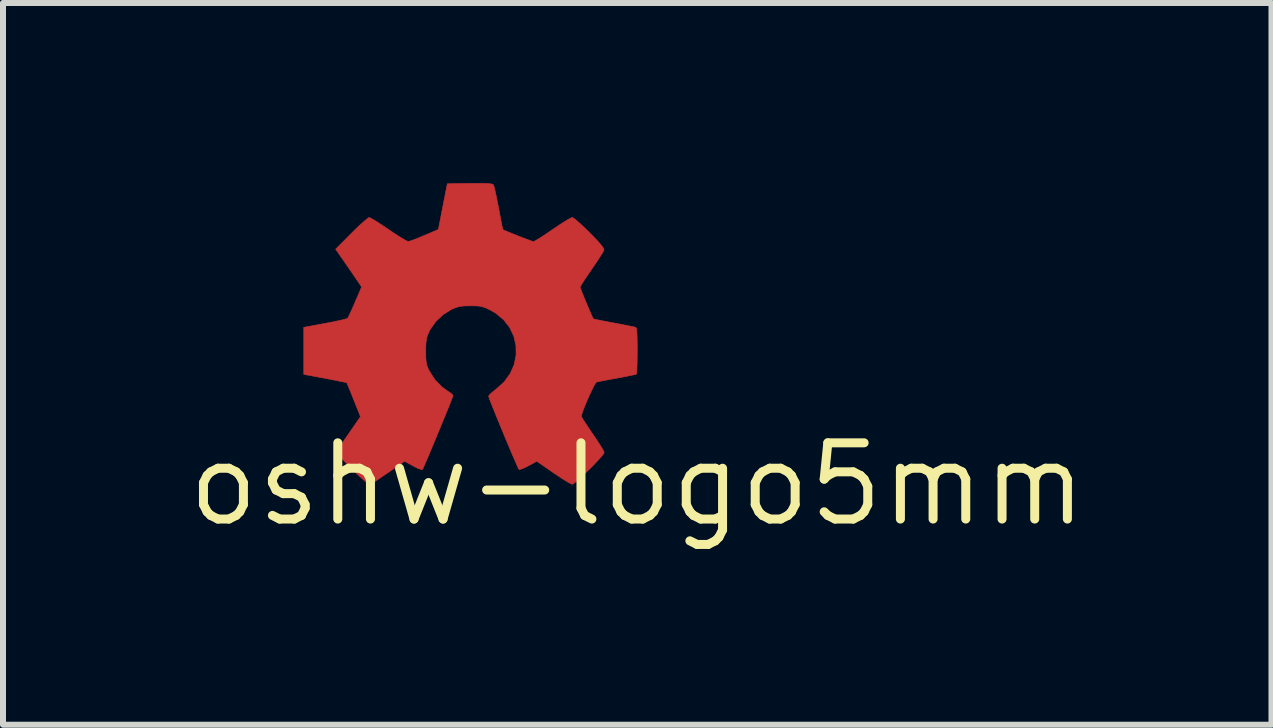
<source format=kicad_pcb>
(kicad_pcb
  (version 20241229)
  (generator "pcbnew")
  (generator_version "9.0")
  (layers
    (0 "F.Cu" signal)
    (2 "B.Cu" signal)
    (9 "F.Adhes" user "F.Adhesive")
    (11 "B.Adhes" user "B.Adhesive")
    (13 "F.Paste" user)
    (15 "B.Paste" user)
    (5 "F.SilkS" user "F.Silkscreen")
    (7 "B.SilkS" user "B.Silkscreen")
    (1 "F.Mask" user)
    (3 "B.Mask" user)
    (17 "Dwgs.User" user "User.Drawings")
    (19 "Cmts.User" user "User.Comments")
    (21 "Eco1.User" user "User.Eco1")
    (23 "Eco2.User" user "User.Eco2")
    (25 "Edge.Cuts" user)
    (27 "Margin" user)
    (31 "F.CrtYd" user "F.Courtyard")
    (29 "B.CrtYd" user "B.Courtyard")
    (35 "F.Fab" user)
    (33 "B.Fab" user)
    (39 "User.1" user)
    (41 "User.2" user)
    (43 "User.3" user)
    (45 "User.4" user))
  (footprint "oshw-logo5mm"
    (layer "F.Cu")
    (at 7.567 5.018)
    (property "Reference" "oshw-logo5mm" (at 0 0 0) (layer "F.SilkS") (effects (font (size 1.27 1.27) (thickness 0.15))))
    (attr through_hole)
    (fp_poly (pts (xy -2.541 -5.012) (xy -2.467 -5.008) (xy -2.422 -5.002) (xy -2.4 -4.992) (xy -2.398 -4.991) (xy -2.387 -4.962) (xy -2.371 -4.898) (xy -2.351 -4.808) (xy -2.329 -4.699) (xy -2.311 -4.606) (xy -2.289 -4.489) (xy -2.27 -4.387) (xy -2.254 -4.308) (xy -2.243 -4.258) (xy -2.239 -4.244) (xy -2.215 -4.231) (xy -2.16 -4.208) (xy -2.085 -4.177) (xy -1.999 -4.142) (xy -1.911 -4.108) (xy -1.831 -4.078) (xy -1.768 -4.055) (xy -1.732 -4.043) (xy -1.728 -4.043) (xy -1.703 -4.054) (xy -1.649 -4.086) (xy -1.573 -4.134) (xy -1.482 -4.195) (xy -1.41 -4.244) (xy -1.311 -4.311) (xy -1.222 -4.369) (xy -1.149 -4.413) (xy -1.1 -4.439) (xy -1.083 -4.445) (xy -1.057 -4.431) (xy -1.007 -4.391) (xy -0.939 -4.331) (xy -0.859 -4.255) (xy -0.796 -4.193) (xy -0.695 -4.09) (xy -0.623 -4.012) (xy -0.578 -3.956) (xy -0.557 -3.919) (xy -0.555 -3.902) (xy -0.57 -3.872) (xy -0.605 -3.814) (xy -0.656 -3.735) (xy -0.718 -3.643) (xy -0.759 -3.584) (xy -0.824 -3.488) (xy -0.881 -3.403) (xy -0.923 -3.337) (xy -0.948 -3.295) (xy -0.953 -3.284) (xy -0.945 -3.259) (xy -0.924 -3.205) (xy -0.893 -3.129) (xy -0.858 -3.043) (xy -0.82 -2.954) (xy -0.785 -2.872) (xy -0.756 -2.806) (xy -0.736 -2.765) (xy -0.731 -2.756) (xy -0.709 -2.75) (xy -0.653 -2.738) (xy -0.568 -2.721) (xy -0.464 -2.701) (xy -0.389 -2.687) (xy -0.273 -2.665) (xy -0.171 -2.645) (xy -0.091 -2.629) (xy -0.04 -2.618) (xy -0.026 -2.615) (xy -0.016 -2.599) (xy -0.009 -2.56) (xy -0.004 -2.491) (xy -0.001 -2.389) (xy -0.000018 -2.249) (xy 0 -2.224) (xy -0.001 -2.102) (xy -0.003 -1.995) (xy -0.007 -1.91) (xy -0.011 -1.854) (xy -0.016 -1.834) (xy -0.041 -1.827) (xy -0.101 -1.814) (xy -0.186 -1.797) (xy -0.29 -1.777) (xy -0.339 -1.768) (xy -0.45 -1.748) (xy -0.548 -1.729) (xy -0.625 -1.714) (xy -0.672 -1.704) (xy -0.681 -1.702) (xy -0.698 -1.68) (xy -0.728 -1.628) (xy -0.764 -1.554) (xy -0.805 -1.466) (xy -0.845 -1.373) (xy -0.882 -1.284) (xy -0.911 -1.208) (xy -0.928 -1.152) (xy -0.931 -1.132) (xy -0.92 -1.108) (xy -0.888 -1.056) (xy -0.84 -0.983) (xy -0.78 -0.893) (xy -0.741 -0.836) (xy -0.676 -0.74) (xy -0.62 -0.654) (xy -0.579 -0.586) (xy -0.555 -0.541) (xy -0.551 -0.529) (xy -0.565 -0.502) (xy -0.605 -0.453) (xy -0.664 -0.388) (xy -0.735 -0.313) (xy -0.814 -0.235) (xy -0.892 -0.159) (xy -0.965 -0.091) (xy -1.026 -0.039) (xy -1.069 -0.007) (xy -1.084 0) (xy -1.113 -0.012) (xy -1.169 -0.044) (xy -1.247 -0.092) (xy -1.338 -0.152) (xy -1.397 -0.192) (xy -1.674 -0.384) (xy -1.814 -0.307) (xy -1.884 -0.272) (xy -1.939 -0.251) (xy -1.97 -0.247) (xy -1.972 -0.249) (xy -1.984 -0.273) (xy -2.01 -0.33) (xy -2.047 -0.415) (xy -2.093 -0.521) (xy -2.144 -0.643) (xy -2.199 -0.774) (xy -2.255 -0.909) (xy -2.31 -1.042) (xy -2.361 -1.167) (xy -2.405 -1.278) (xy -2.441 -1.368) (xy -2.465 -1.433) (xy -2.476 -1.466) (xy -2.477 -1.468) (xy -2.46 -1.492) (xy -2.418 -1.532) (xy -2.358 -1.579) (xy -2.35 -1.585) (xy -2.216 -1.706) (xy -2.116 -1.845) (xy -2.05 -1.995) (xy -2.019 -2.152) (xy -2.021 -2.311) (xy -2.056 -2.465) (xy -2.124 -2.61) (xy -2.225 -2.74) (xy -2.357 -2.85) (xy -2.452 -2.905) (xy -2.525 -2.939) (xy -2.585 -2.959) (xy -2.648 -2.97) (xy -2.729 -2.973) (xy -2.783 -2.973) (xy -2.884 -2.971) (xy -2.957 -2.963) (xy -3.019 -2.946) (xy -3.085 -2.918) (xy -3.095 -2.914) (xy -3.236 -2.825) (xy -3.359 -2.709) (xy -3.452 -2.576) (xy -3.467 -2.545) (xy -3.495 -2.482) (xy -3.511 -2.424) (xy -3.52 -2.359) (xy -3.524 -2.272) (xy -3.524 -2.212) (xy -3.523 -2.11) (xy -3.517 -2.038) (xy -3.506 -1.982) (xy -3.486 -1.93) (xy -3.466 -1.89) (xy -3.37 -1.74) (xy -3.253 -1.621) (xy -3.173 -1.563) (xy -3.117 -1.524) (xy -3.08 -1.493) (xy -3.069 -1.478) (xy -3.077 -1.454) (xy -3.099 -1.397) (xy -3.132 -1.312) (xy -3.175 -1.206) (xy -3.225 -1.085) (xy -3.279 -0.953) (xy -3.335 -0.818) (xy -3.39 -0.685) (xy -3.443 -0.559) (xy -3.49 -0.447) (xy -3.53 -0.354) (xy -3.559 -0.287) (xy -3.576 -0.25) (xy -3.579 -0.246) (xy -3.604 -0.247) (xy -3.655 -0.265) (xy -3.722 -0.298) (xy -3.735 -0.306) (xy -3.876 -0.384) (xy -4.07 -0.251) (xy -4.159 -0.19) (xy -4.245 -0.131) (xy -4.315 -0.083) (xy -4.348 -0.059) (xy -4.404 -0.024) (xy -4.45 -0.003) (xy -4.464 0) (xy -4.49 -0.014) (xy -4.539 -0.054) (xy -4.607 -0.115) (xy -4.688 -0.191) (xy -4.76 -0.262) (xy -4.865 -0.369) (xy -4.939 -0.449) (xy -4.985 -0.506) (xy -5.005 -0.541) (xy -5.005 -0.553) (xy -4.987 -0.58) (xy -4.95 -0.635) (xy -4.898 -0.711) (xy -4.836 -0.801) (xy -4.799 -0.854) (xy -4.611 -1.126) (xy -4.722 -1.404) (xy -4.762 -1.505) (xy -4.797 -1.59) (xy -4.823 -1.653) (xy -4.837 -1.687) (xy -4.839 -1.69) (xy -4.861 -1.697) (xy -4.917 -1.709) (xy -5.002 -1.726) (xy -5.107 -1.747) (xy -5.201 -1.765) (xy -5.556 -1.831) (xy -5.556 -2.614) (xy -5.201 -2.68) (xy -5.083 -2.702) (xy -4.979 -2.724) (xy -4.897 -2.743) (xy -4.843 -2.757) (xy -4.826 -2.764) (xy -4.811 -2.79) (xy -4.784 -2.847) (xy -4.747 -2.927) (xy -4.706 -3.022) (xy -4.7 -3.036) (xy -4.592 -3.288) (xy -4.745 -3.512) (xy -4.81 -3.607) (xy -4.873 -3.698) (xy -4.926 -3.775) (xy -4.962 -3.826) (xy -5.025 -3.917) (xy -4.762 -4.181) (xy -4.675 -4.267) (xy -4.596 -4.341) (xy -4.531 -4.398) (xy -4.485 -4.435) (xy -4.466 -4.445) (xy -4.439 -4.433) (xy -4.383 -4.401) (xy -4.306 -4.353) (xy -4.214 -4.292) (xy -4.143 -4.244) (xy -4.044 -4.177) (xy -3.955 -4.12) (xy -3.882 -4.076) (xy -3.833 -4.05) (xy -3.815 -4.044) (xy -3.782 -4.053) (xy -3.719 -4.075) (xy -3.636 -4.108) (xy -3.545 -4.146) (xy -3.313 -4.245) (xy -3.266 -4.488) (xy -3.244 -4.601) (xy -3.222 -4.716) (xy -3.202 -4.815) (xy -3.192 -4.868) (xy -3.164 -5.006) (xy -2.792 -5.012) (xy -2.648 -5.013) (xy -2.541 -5.012)) (stroke (width 0.01) (type solid)) (fill yes) (layer "F.Cu"))
    (fp_poly (pts (xy -2.541 -5.012) (xy -2.467 -5.008) (xy -2.422 -5.002) (xy -2.4 -4.992) (xy -2.398 -4.991) (xy -2.387 -4.962) (xy -2.371 -4.898) (xy -2.351 -4.808) (xy -2.329 -4.699) (xy -2.311 -4.606) (xy -2.289 -4.489) (xy -2.27 -4.387) (xy -2.254 -4.308) (xy -2.243 -4.258) (xy -2.239 -4.244) (xy -2.215 -4.231) (xy -2.16 -4.208) (xy -2.085 -4.177) (xy -1.999 -4.142) (xy -1.911 -4.108) (xy -1.831 -4.078) (xy -1.768 -4.055) (xy -1.732 -4.043) (xy -1.728 -4.043) (xy -1.703 -4.054) (xy -1.649 -4.086) (xy -1.573 -4.134) (xy -1.482 -4.195) (xy -1.41 -4.244) (xy -1.311 -4.311) (xy -1.222 -4.369) (xy -1.149 -4.413) (xy -1.1 -4.439) (xy -1.083 -4.445) (xy -1.057 -4.431) (xy -1.007 -4.391) (xy -0.939 -4.331) (xy -0.859 -4.255) (xy -0.796 -4.193) (xy -0.695 -4.09) (xy -0.623 -4.012) (xy -0.578 -3.956) (xy -0.557 -3.919) (xy -0.555 -3.902) (xy -0.57 -3.872) (xy -0.605 -3.814) (xy -0.656 -3.735) (xy -0.718 -3.643) (xy -0.759 -3.584) (xy -0.824 -3.488) (xy -0.881 -3.403) (xy -0.923 -3.337) (xy -0.948 -3.295) (xy -0.953 -3.284) (xy -0.945 -3.259) (xy -0.924 -3.205) (xy -0.893 -3.129) (xy -0.858 -3.043) (xy -0.82 -2.954) (xy -0.785 -2.872) (xy -0.756 -2.806) (xy -0.736 -2.765) (xy -0.731 -2.756) (xy -0.709 -2.75) (xy -0.653 -2.738) (xy -0.568 -2.721) (xy -0.464 -2.701) (xy -0.389 -2.687) (xy -0.273 -2.665) (xy -0.171 -2.645) (xy -0.091 -2.629) (xy -0.04 -2.618) (xy -0.026 -2.615) (xy -0.016 -2.599) (xy -0.009 -2.56) (xy -0.004 -2.491) (xy -0.001 -2.389) (xy -0.000018 -2.249) (xy 0 -2.224) (xy -0.001 -2.102) (xy -0.003 -1.995) (xy -0.007 -1.91) (xy -0.011 -1.854) (xy -0.016 -1.834) (xy -0.041 -1.827) (xy -0.101 -1.814) (xy -0.186 -1.797) (xy -0.29 -1.777) (xy -0.339 -1.768) (xy -0.45 -1.748) (xy -0.548 -1.729) (xy -0.625 -1.714) (xy -0.672 -1.704) (xy -0.681 -1.702) (xy -0.698 -1.68) (xy -0.728 -1.628) (xy -0.764 -1.554) (xy -0.805 -1.466) (xy -0.845 -1.373) (xy -0.882 -1.284) (xy -0.911 -1.208) (xy -0.928 -1.152) (xy -0.931 -1.132) (xy -0.92 -1.108) (xy -0.888 -1.056) (xy -0.84 -0.983) (xy -0.78 -0.893) (xy -0.741 -0.836) (xy -0.676 -0.74) (xy -0.62 -0.654) (xy -0.579 -0.586) (xy -0.555 -0.541) (xy -0.551 -0.529) (xy -0.565 -0.502) (xy -0.605 -0.453) (xy -0.664 -0.388) (xy -0.735 -0.313) (xy -0.814 -0.235) (xy -0.892 -0.159) (xy -0.965 -0.091) (xy -1.026 -0.039) (xy -1.069 -0.007) (xy -1.084 0) (xy -1.113 -0.012) (xy -1.169 -0.044) (xy -1.247 -0.092) (xy -1.338 -0.152) (xy -1.397 -0.192) (xy -1.674 -0.384) (xy -1.814 -0.307) (xy -1.884 -0.272) (xy -1.939 -0.251) (xy -1.97 -0.247) (xy -1.972 -0.249) (xy -1.984 -0.273) (xy -2.01 -0.33) (xy -2.047 -0.415) (xy -2.093 -0.521) (xy -2.144 -0.643) (xy -2.199 -0.774) (xy -2.255 -0.909) (xy -2.31 -1.042) (xy -2.361 -1.167) (xy -2.405 -1.278) (xy -2.441 -1.368) (xy -2.465 -1.433) (xy -2.476 -1.466) (xy -2.477 -1.468) (xy -2.46 -1.492) (xy -2.418 -1.532) (xy -2.358 -1.579) (xy -2.35 -1.585) (xy -2.216 -1.706) (xy -2.116 -1.845) (xy -2.05 -1.995) (xy -2.019 -2.152) (xy -2.021 -2.311) (xy -2.056 -2.465) (xy -2.124 -2.61) (xy -2.225 -2.74) (xy -2.357 -2.85) (xy -2.452 -2.905) (xy -2.525 -2.939) (xy -2.585 -2.959) (xy -2.648 -2.97) (xy -2.729 -2.973) (xy -2.783 -2.973) (xy -2.884 -2.971) (xy -2.957 -2.963) (xy -3.019 -2.946) (xy -3.085 -2.918) (xy -3.095 -2.914) (xy -3.236 -2.825) (xy -3.359 -2.709) (xy -3.452 -2.576) (xy -3.467 -2.545) (xy -3.495 -2.482) (xy -3.511 -2.424) (xy -3.52 -2.359) (xy -3.524 -2.272) (xy -3.524 -2.212) (xy -3.523 -2.11) (xy -3.517 -2.038) (xy -3.506 -1.982) (xy -3.486 -1.93) (xy -3.466 -1.89) (xy -3.37 -1.74) (xy -3.253 -1.621) (xy -3.173 -1.563) (xy -3.117 -1.524) (xy -3.08 -1.493) (xy -3.069 -1.478) (xy -3.077 -1.454) (xy -3.099 -1.397) (xy -3.132 -1.312) (xy -3.175 -1.206) (xy -3.225 -1.085) (xy -3.279 -0.953) (xy -3.335 -0.818) (xy -3.39 -0.685) (xy -3.443 -0.559) (xy -3.49 -0.447) (xy -3.53 -0.354) (xy -3.559 -0.287) (xy -3.576 -0.25) (xy -3.579 -0.246) (xy -3.604 -0.247) (xy -3.655 -0.265) (xy -3.722 -0.298) (xy -3.735 -0.306) (xy -3.876 -0.384) (xy -4.07 -0.251) (xy -4.159 -0.19) (xy -4.245 -0.131) (xy -4.315 -0.083) (xy -4.348 -0.059) (xy -4.404 -0.024) (xy -4.45 -0.003) (xy -4.464 0) (xy -4.49 -0.014) (xy -4.539 -0.054) (xy -4.607 -0.115) (xy -4.688 -0.191) (xy -4.76 -0.262) (xy -4.865 -0.369) (xy -4.939 -0.449) (xy -4.985 -0.506) (xy -5.005 -0.541) (xy -5.005 -0.553) (xy -4.987 -0.58) (xy -4.95 -0.635) (xy -4.898 -0.711) (xy -4.836 -0.801) (xy -4.799 -0.854) (xy -4.611 -1.126) (xy -4.722 -1.404) (xy -4.762 -1.505) (xy -4.797 -1.59) (xy -4.823 -1.653) (xy -4.837 -1.687) (xy -4.839 -1.69) (xy -4.861 -1.697) (xy -4.917 -1.709) (xy -5.002 -1.726) (xy -5.107 -1.747) (xy -5.201 -1.765) (xy -5.556 -1.831) (xy -5.556 -2.614) (xy -5.201 -2.68) (xy -5.083 -2.702) (xy -4.979 -2.724) (xy -4.897 -2.743) (xy -4.843 -2.757) (xy -4.826 -2.764) (xy -4.811 -2.79) (xy -4.784 -2.847) (xy -4.747 -2.927) (xy -4.706 -3.022) (xy -4.7 -3.036) (xy -4.592 -3.288) (xy -4.745 -3.512) (xy -4.81 -3.607) (xy -4.873 -3.698) (xy -4.926 -3.775) (xy -4.962 -3.826) (xy -5.025 -3.917) (xy -4.762 -4.181) (xy -4.675 -4.267) (xy -4.596 -4.341) (xy -4.531 -4.398) (xy -4.485 -4.435) (xy -4.466 -4.445) (xy -4.439 -4.433) (xy -4.383 -4.401) (xy -4.306 -4.353) (xy -4.214 -4.292) (xy -4.143 -4.244) (xy -4.044 -4.177) (xy -3.955 -4.12) (xy -3.882 -4.076) (xy -3.833 -4.05) (xy -3.815 -4.044) (xy -3.782 -4.053) (xy -3.719 -4.075) (xy -3.636 -4.108) (xy -3.545 -4.146) (xy -3.313 -4.245) (xy -3.266 -4.488) (xy -3.244 -4.601) (xy -3.222 -4.716) (xy -3.202 -4.815) (xy -3.192 -4.868) (xy -3.164 -5.006) (xy -2.792 -5.012) (xy -2.648 -5.013) (xy -2.541 -5.012)) (stroke (width 0.01) (type solid)) (fill yes) (layer "F.Mask")))
  (gr_rect
    (start -3 -3)
    (end 18.134 9.024)
    (stroke (width 0.1) (type default))
    (fill no)
    (layer "Edge.Cuts")))
</source>
